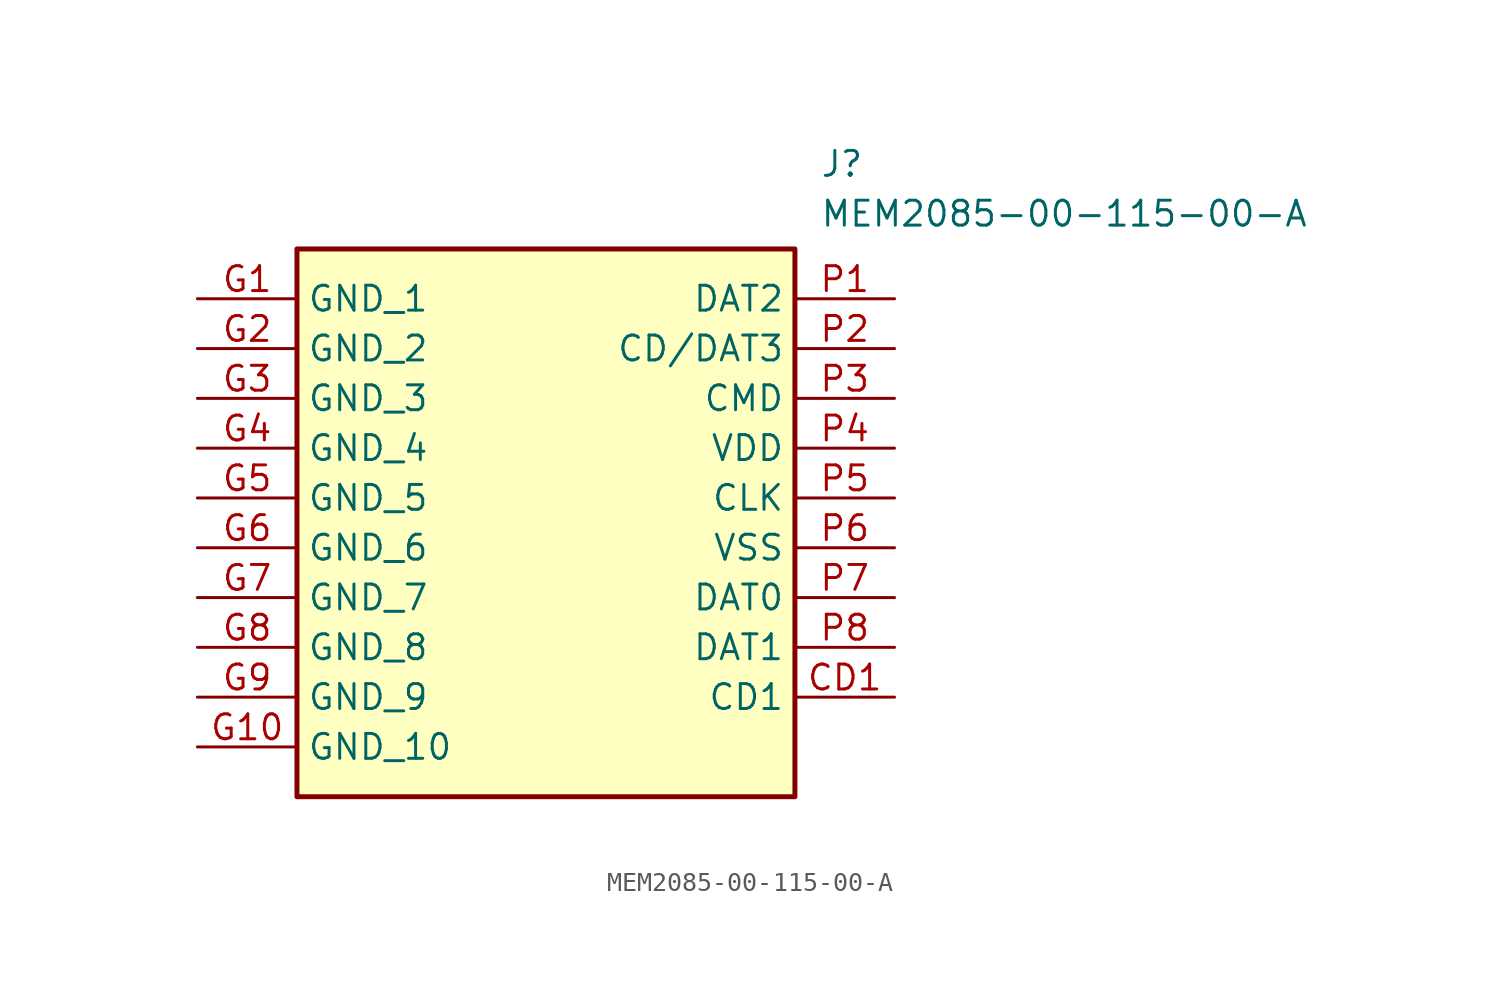
<source format=kicad_sym>
(kicad_symbol_lib
  (version 20211014)
  (generator SamacSys_ECAD_Model)
  (symbol "MEM2085-00-115-00-A"
    (property "Reference" "J"
      (at 31.75 7.62 0)
      (effects (font (size 1.27 1.27)) (justify left top)))
    (property "Value" "MEM2085-00-115-00-A"
      (at 31.75 5.08 0)
      (effects (font (size 1.27 1.27)) (justify left top)))
    (rectangle
      (start 5.08 2.54)
      (end 30.48 -25.4)
      (stroke (width 0.254) (type default))
      (fill (type background)))
    (pin passive line
      (at 0 0 0)
      (length 5.08)
      (name "GND_1" (effects (font (size 1.27 1.27))))
      (number "G1" (effects (font (size 1.27 1.27)))))
    (pin passive line
      (at 0 -2.54 0)
      (length 5.08)
      (name "GND_2" (effects (font (size 1.27 1.27))))
      (number "G2" (effects (font (size 1.27 1.27)))))
    (pin passive line
      (at 0 -5.08 0)
      (length 5.08)
      (name "GND_3" (effects (font (size 1.27 1.27))))
      (number "G3" (effects (font (size 1.27 1.27)))))
    (pin passive line
      (at 0 -7.62 0)
      (length 5.08)
      (name "GND_4" (effects (font (size 1.27 1.27))))
      (number "G4" (effects (font (size 1.27 1.27)))))
    (pin passive line
      (at 0 -10.16 0)
      (length 5.08)
      (name "GND_5" (effects (font (size 1.27 1.27))))
      (number "G5" (effects (font (size 1.27 1.27)))))
    (pin passive line
      (at 0 -12.7 0)
      (length 5.08)
      (name "GND_6" (effects (font (size 1.27 1.27))))
      (number "G6" (effects (font (size 1.27 1.27)))))
    (pin passive line
      (at 0 -15.24 0)
      (length 5.08)
      (name "GND_7" (effects (font (size 1.27 1.27))))
      (number "G7" (effects (font (size 1.27 1.27)))))
    (pin passive line
      (at 0 -17.78 0)
      (length 5.08)
      (name "GND_8" (effects (font (size 1.27 1.27))))
      (number "G8" (effects (font (size 1.27 1.27)))))
    (pin passive line
      (at 0 -20.32 0)
      (length 5.08)
      (name "GND_9" (effects (font (size 1.27 1.27))))
      (number "G9" (effects (font (size 1.27 1.27)))))
    (pin passive line
      (at 0 -22.86 0)
      (length 5.08)
      (name "GND_10" (effects (font (size 1.27 1.27))))
      (number "G10" (effects (font (size 1.27 1.27)))))
    (pin passive line
      (at 35.56 0 180)
      (length 5.08)
      (name "DAT2" (effects (font (size 1.27 1.27))))
      (number "P1" (effects (font (size 1.27 1.27)))))
    (pin passive line
      (at 35.56 -2.54 180)
      (length 5.08)
      (name "CD/DAT3" (effects (font (size 1.27 1.27))))
      (number "P2" (effects (font (size 1.27 1.27)))))
    (pin passive line
      (at 35.56 -5.08 180)
      (length 5.08)
      (name "CMD" (effects (font (size 1.27 1.27))))
      (number "P3" (effects (font (size 1.27 1.27)))))
    (pin passive line
      (at 35.56 -7.62 180)
      (length 5.08)
      (name "VDD" (effects (font (size 1.27 1.27))))
      (number "P4" (effects (font (size 1.27 1.27)))))
    (pin passive line
      (at 35.56 -10.16 180)
      (length 5.08)
      (name "CLK" (effects (font (size 1.27 1.27))))
      (number "P5" (effects (font (size 1.27 1.27)))))
    (pin passive line
      (at 35.56 -12.7 180)
      (length 5.08)
      (name "VSS" (effects (font (size 1.27 1.27))))
      (number "P6" (effects (font (size 1.27 1.27)))))
    (pin passive line
      (at 35.56 -15.24 180)
      (length 5.08)
      (name "DAT0" (effects (font (size 1.27 1.27))))
      (number "P7" (effects (font (size 1.27 1.27)))))
    (pin passive line
      (at 35.56 -17.78 180)
      (length 5.08)
      (name "DAT1" (effects (font (size 1.27 1.27))))
      (number "P8" (effects (font (size 1.27 1.27)))))
    (pin passive line
      (at 35.56 -20.32 180)
      (length 5.08)
      (name "CD1" (effects (font (size 1.27 1.27))))
      (number "CD1" (effects (font (size 1.27 1.27)))))))
</source>
